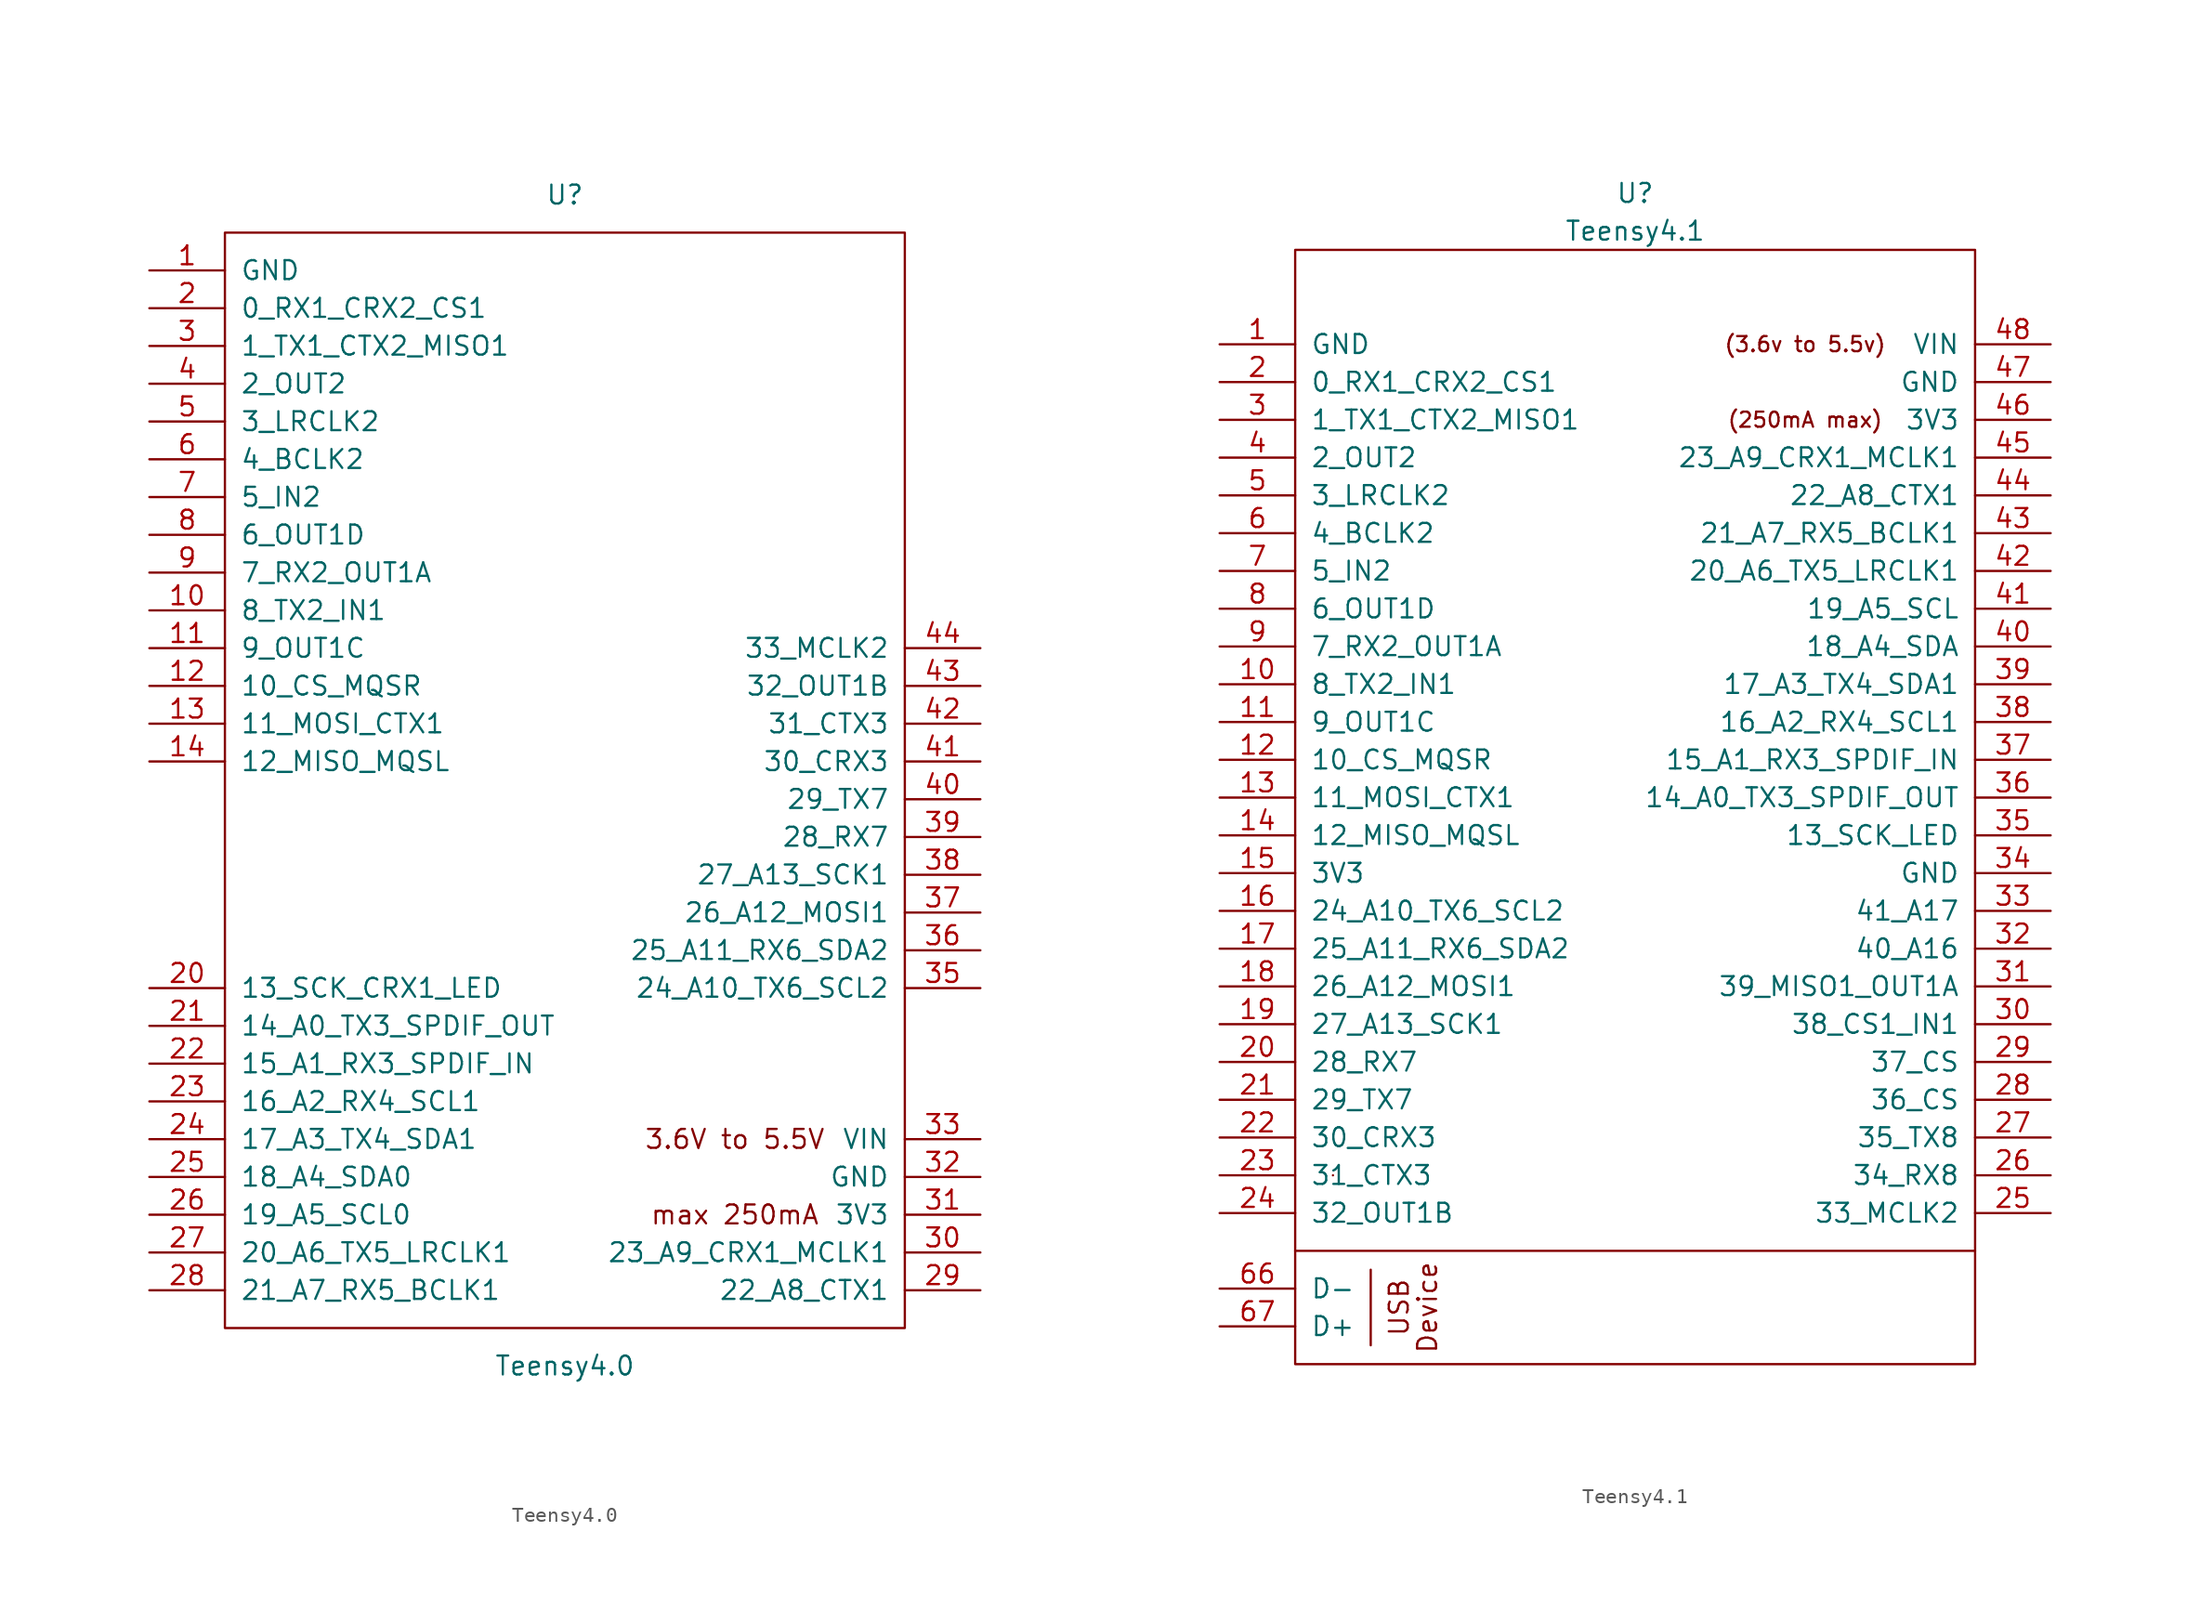
<source format=kicad_sym>
(kicad_symbol_lib
  (version 20211014)
  (generator kicad_symbol_editor)
  (symbol "Teensy4.0"
    (pin_names
      (offset 1.016))
    (property "Reference" "U"
      (at 0 39.37 0)
      (effects (font (size 1.27 1.27))))
    (property "Value" "Teensy4.0"
      (at 0 -39.37 0)
      (effects (font (size 1.27 1.27))))
    (symbol "Teensy4.0_0_0"
      (text "3.6V to 5.5V" (at 11.43 -24.13 0) (effects (font (size 1.27 1.27))))
      (text "max 250mA" (at 11.43 -29.21 0) (effects (font (size 1.27 1.27))))
      (pin bidirectional line (at -27.94 11.43 0) (length 5.08) (name "8_TX2_IN1" (effects (font (size 1.27 1.27)))) (number "10" (effects (font (size 1.27 1.27)))))
      (pin bidirectional line (at -27.94 8.89 0) (length 5.08) (name "9_OUT1C" (effects (font (size 1.27 1.27)))) (number "11" (effects (font (size 1.27 1.27)))))
      (pin bidirectional line (at -27.94 6.35 0) (length 5.08) (name "10_CS_MQSR" (effects (font (size 1.27 1.27)))) (number "12" (effects (font (size 1.27 1.27)))))
      (pin bidirectional line (at -27.94 3.81 0) (length 5.08) (name "11_MOSI_CTX1" (effects (font (size 1.27 1.27)))) (number "13" (effects (font (size 1.27 1.27)))))
      (pin bidirectional line (at -27.94 1.27 0) (length 5.08) (name "12_MISO_MQSL" (effects (font (size 1.27 1.27)))) (number "14" (effects (font (size 1.27 1.27)))))
      (pin bidirectional line (at -27.94 -13.97 0) (length 5.08) (name "13_SCK_CRX1_LED" (effects (font (size 1.27 1.27)))) (number "20" (effects (font (size 1.27 1.27)))))
      (pin bidirectional line (at -27.94 -16.51 0) (length 5.08) (name "14_A0_TX3_SPDIF_OUT" (effects (font (size 1.27 1.27)))) (number "21" (effects (font (size 1.27 1.27)))))
      (pin bidirectional line (at -27.94 -19.05 0) (length 5.08) (name "15_A1_RX3_SPDIF_IN" (effects (font (size 1.27 1.27)))) (number "22" (effects (font (size 1.27 1.27)))))
      (pin bidirectional line (at -27.94 -21.59 0) (length 5.08) (name "16_A2_RX4_SCL1" (effects (font (size 1.27 1.27)))) (number "23" (effects (font (size 1.27 1.27)))))
      (pin bidirectional line (at -27.94 -24.13 0) (length 5.08) (name "17_A3_TX4_SDA1" (effects (font (size 1.27 1.27)))) (number "24" (effects (font (size 1.27 1.27)))))
      (pin bidirectional line (at -27.94 -26.67 0) (length 5.08) (name "18_A4_SDA0" (effects (font (size 1.27 1.27)))) (number "25" (effects (font (size 1.27 1.27)))))
      (pin bidirectional line (at -27.94 -29.21 0) (length 5.08) (name "19_A5_SCL0" (effects (font (size 1.27 1.27)))) (number "26" (effects (font (size 1.27 1.27)))))
      (pin bidirectional line (at -27.94 -31.75 0) (length 5.08) (name "20_A6_TX5_LRCLK1" (effects (font (size 1.27 1.27)))) (number "27" (effects (font (size 1.27 1.27)))))
      (pin bidirectional line (at -27.94 -34.29 0) (length 5.08) (name "21_A7_RX5_BCLK1" (effects (font (size 1.27 1.27)))) (number "28" (effects (font (size 1.27 1.27)))))
      (pin bidirectional line (at 27.94 -34.29 180) (length 5.08) (name "22_A8_CTX1" (effects (font (size 1.27 1.27)))) (number "29" (effects (font (size 1.27 1.27)))))
      (pin bidirectional line (at 27.94 -31.75 180) (length 5.08) (name "23_A9_CRX1_MCLK1" (effects (font (size 1.27 1.27)))) (number "30" (effects (font (size 1.27 1.27)))))
      (pin power_out line (at 27.94 -29.21 180) (length 5.08) (name "3V3" (effects (font (size 1.27 1.27)))) (number "31" (effects (font (size 1.27 1.27)))))
      (pin power_in line (at 27.94 -26.67 180) (length 5.08) (name "GND" (effects (font (size 1.27 1.27)))) (number "32" (effects (font (size 1.27 1.27)))))
      (pin power_in line (at 27.94 -24.13 180) (length 5.08) (name "VIN" (effects (font (size 1.27 1.27)))) (number "33" (effects (font (size 1.27 1.27)))))
      (pin bidirectional line (at 27.94 -13.97 180) (length 5.08) (name "24_A10_TX6_SCL2" (effects (font (size 1.27 1.27)))) (number "35" (effects (font (size 1.27 1.27)))))
      (pin bidirectional line (at 27.94 -11.43 180) (length 5.08) (name "25_A11_RX6_SDA2" (effects (font (size 1.27 1.27)))) (number "36" (effects (font (size 1.27 1.27)))))
      (pin bidirectional line (at 27.94 -8.89 180) (length 5.08) (name "26_A12_MOSI1" (effects (font (size 1.27 1.27)))) (number "37" (effects (font (size 1.27 1.27)))))
      (pin bidirectional line (at 27.94 -6.35 180) (length 5.08) (name "27_A13_SCK1" (effects (font (size 1.27 1.27)))) (number "38" (effects (font (size 1.27 1.27)))))
      (pin bidirectional line (at 27.94 -3.81 180) (length 5.08) (name "28_RX7" (effects (font (size 1.27 1.27)))) (number "39" (effects (font (size 1.27 1.27)))))
      (pin bidirectional line (at 27.94 -1.27 180) (length 5.08) (name "29_TX7" (effects (font (size 1.27 1.27)))) (number "40" (effects (font (size 1.27 1.27)))))
      (pin bidirectional line (at 27.94 1.27 180) (length 5.08) (name "30_CRX3" (effects (font (size 1.27 1.27)))) (number "41" (effects (font (size 1.27 1.27)))))
      (pin bidirectional line (at 27.94 3.81 180) (length 5.08) (name "31_CTX3" (effects (font (size 1.27 1.27)))) (number "42" (effects (font (size 1.27 1.27)))))
      (pin bidirectional line (at 27.94 6.35 180) (length 5.08) (name "32_OUT1B" (effects (font (size 1.27 1.27)))) (number "43" (effects (font (size 1.27 1.27)))))
      (pin bidirectional line (at 27.94 8.89 180) (length 5.08) (name "33_MCLK2" (effects (font (size 1.27 1.27)))) (number "44" (effects (font (size 1.27 1.27)))))
      (pin bidirectional line (at -27.94 24.13 0) (length 5.08) (name "3_LRCLK2" (effects (font (size 1.27 1.27)))) (number "5" (effects (font (size 1.27 1.27)))))
      (pin bidirectional line (at -27.94 21.59 0) (length 5.08) (name "4_BCLK2" (effects (font (size 1.27 1.27)))) (number "6" (effects (font (size 1.27 1.27)))))
      (pin bidirectional line (at -27.94 19.05 0) (length 5.08) (name "5_IN2" (effects (font (size 1.27 1.27)))) (number "7" (effects (font (size 1.27 1.27)))))
      (pin bidirectional line (at -27.94 16.51 0) (length 5.08) (name "6_OUT1D" (effects (font (size 1.27 1.27)))) (number "8" (effects (font (size 1.27 1.27)))))
      (pin bidirectional line (at -27.94 13.97 0) (length 5.08) (name "7_RX2_OUT1A" (effects (font (size 1.27 1.27)))) (number "9" (effects (font (size 1.27 1.27))))))
    (symbol "Teensy4.0_0_1"
      (rectangle (start -22.86 36.83) (end 22.86 -36.83) (stroke (width 0) (type default) (color 0 0 0 0)) (fill (type none)))
      (rectangle (start -20.32 -31.75) (end -20.32 -31.75) (stroke (width 0) (type default) (color 0 0 0 0)) (fill (type none))))
    (symbol "Teensy4.0_1_1"
      (pin power_in line (at -27.94 34.29 0) (length 5.08) (name "GND" (effects (font (size 1.27 1.27)))) (number "1" (effects (font (size 1.27 1.27)))))
      (pin bidirectional line (at -27.94 31.75 0) (length 5.08) (name "0_RX1_CRX2_CS1" (effects (font (size 1.27 1.27)))) (number "2" (effects (font (size 1.27 1.27)))))
      (pin bidirectional line (at -27.94 29.21 0) (length 5.08) (name "1_TX1_CTX2_MISO1" (effects (font (size 1.27 1.27)))) (number "3" (effects (font (size 1.27 1.27)))))
      (pin bidirectional line (at -27.94 26.67 0) (length 5.08) (name "2_OUT2" (effects (font (size 1.27 1.27)))) (number "4" (effects (font (size 1.27 1.27)))))))
  (symbol "Teensy4.1"
    (pin_names
      (offset 1.016))
    (property "Reference" "U"
      (at 0 64.77 0)
      (effects (font (size 1.27 1.27))))
    (property "Value" "Teensy4.1"
      (at 0 62.23 0)
      (effects (font (size 1.27 1.27))))
    (symbol "Teensy4.1_0_0"
      (polyline (pts (xy -22.86 -6.35) (xy 22.86 -6.35)) (stroke (width 0) (type default) (color 0 0 0 0)) (fill (type none)))
      (polyline (pts (xy -17.78 -7.62) (xy -17.78 -12.7)) (stroke (width 0) (type default) (color 0 0 0 0)) (fill (type none)))
      (text "(250mA max)" (at 11.43 49.53 0) (effects (font (size 1.016 1.016))))
      (text "(3.6v to 5.5v)" (at 11.43 54.61 0) (effects (font (size 1.016 1.016))))
      (text "Device" (at -13.97 -10.16 900) (effects (font (size 1.27 1.27))))
      (text "USB" (at -15.875 -10.16 900) (effects (font (size 1.27 1.27))))
      (pin bidirectional line (at -27.94 31.75 0) (length 5.08) (name "8_TX2_IN1" (effects (font (size 1.27 1.27)))) (number "10" (effects (font (size 1.27 1.27)))))
      (pin bidirectional line (at -27.94 29.21 0) (length 5.08) (name "9_OUT1C" (effects (font (size 1.27 1.27)))) (number "11" (effects (font (size 1.27 1.27)))))
      (pin bidirectional line (at -27.94 26.67 0) (length 5.08) (name "10_CS_MQSR" (effects (font (size 1.27 1.27)))) (number "12" (effects (font (size 1.27 1.27)))))
      (pin bidirectional line (at -27.94 24.13 0) (length 5.08) (name "11_MOSI_CTX1" (effects (font (size 1.27 1.27)))) (number "13" (effects (font (size 1.27 1.27)))))
      (pin bidirectional line (at -27.94 21.59 0) (length 5.08) (name "12_MISO_MQSL" (effects (font (size 1.27 1.27)))) (number "14" (effects (font (size 1.27 1.27)))))
      (pin power_in line (at -27.94 19.05 0) (length 5.08) (name "3V3" (effects (font (size 1.27 1.27)))) (number "15" (effects (font (size 1.27 1.27)))))
      (pin bidirectional line (at -27.94 16.51 0) (length 5.08) (name "24_A10_TX6_SCL2" (effects (font (size 1.27 1.27)))) (number "16" (effects (font (size 1.27 1.27)))))
      (pin bidirectional line (at -27.94 13.97 0) (length 5.08) (name "25_A11_RX6_SDA2" (effects (font (size 1.27 1.27)))) (number "17" (effects (font (size 1.27 1.27)))))
      (pin bidirectional line (at -27.94 11.43 0) (length 5.08) (name "26_A12_MOSI1" (effects (font (size 1.27 1.27)))) (number "18" (effects (font (size 1.27 1.27)))))
      (pin bidirectional line (at -27.94 8.89 0) (length 5.08) (name "27_A13_SCK1" (effects (font (size 1.27 1.27)))) (number "19" (effects (font (size 1.27 1.27)))))
      (pin bidirectional line (at -27.94 6.35 0) (length 5.08) (name "28_RX7" (effects (font (size 1.27 1.27)))) (number "20" (effects (font (size 1.27 1.27)))))
      (pin bidirectional line (at -27.94 3.81 0) (length 5.08) (name "29_TX7" (effects (font (size 1.27 1.27)))) (number "21" (effects (font (size 1.27 1.27)))))
      (pin bidirectional line (at -27.94 1.27 0) (length 5.08) (name "30_CRX3" (effects (font (size 1.27 1.27)))) (number "22" (effects (font (size 1.27 1.27)))))
      (pin bidirectional line (at -27.94 -1.27 0) (length 5.08) (name "31_CTX3" (effects (font (size 1.27 1.27)))) (number "23" (effects (font (size 1.27 1.27)))))
      (pin bidirectional line (at -27.94 -3.81 0) (length 5.08) (name "32_OUT1B" (effects (font (size 1.27 1.27)))) (number "24" (effects (font (size 1.27 1.27)))))
      (pin bidirectional line (at 27.94 -3.81 180) (length 5.08) (name "33_MCLK2" (effects (font (size 1.27 1.27)))) (number "25" (effects (font (size 1.27 1.27)))))
      (pin bidirectional line (at 27.94 -1.27 180) (length 5.08) (name "34_RX8" (effects (font (size 1.27 1.27)))) (number "26" (effects (font (size 1.27 1.27)))))
      (pin bidirectional line (at 27.94 1.27 180) (length 5.08) (name "35_TX8" (effects (font (size 1.27 1.27)))) (number "27" (effects (font (size 1.27 1.27)))))
      (pin bidirectional line (at 27.94 3.81 180) (length 5.08) (name "36_CS" (effects (font (size 1.27 1.27)))) (number "28" (effects (font (size 1.27 1.27)))))
      (pin bidirectional line (at 27.94 6.35 180) (length 5.08) (name "37_CS" (effects (font (size 1.27 1.27)))) (number "29" (effects (font (size 1.27 1.27)))))
      (pin bidirectional line (at 27.94 8.89 180) (length 5.08) (name "38_CS1_IN1" (effects (font (size 1.27 1.27)))) (number "30" (effects (font (size 1.27 1.27)))))
      (pin bidirectional line (at 27.94 11.43 180) (length 5.08) (name "39_MISO1_OUT1A" (effects (font (size 1.27 1.27)))) (number "31" (effects (font (size 1.27 1.27)))))
      (pin bidirectional line (at 27.94 13.97 180) (length 5.08) (name "40_A16" (effects (font (size 1.27 1.27)))) (number "32" (effects (font (size 1.27 1.27)))))
      (pin bidirectional line (at 27.94 16.51 180) (length 5.08) (name "41_A17" (effects (font (size 1.27 1.27)))) (number "33" (effects (font (size 1.27 1.27)))))
      (pin bidirectional line (at 27.94 21.59 180) (length 5.08) (name "13_SCK_LED" (effects (font (size 1.27 1.27)))) (number "35" (effects (font (size 1.27 1.27)))))
      (pin bidirectional line (at 27.94 24.13 180) (length 5.08) (name "14_A0_TX3_SPDIF_OUT" (effects (font (size 1.27 1.27)))) (number "36" (effects (font (size 1.27 1.27)))))
      (pin bidirectional line (at 27.94 26.67 180) (length 5.08) (name "15_A1_RX3_SPDIF_IN" (effects (font (size 1.27 1.27)))) (number "37" (effects (font (size 1.27 1.27)))))
      (pin bidirectional line (at 27.94 29.21 180) (length 5.08) (name "16_A2_RX4_SCL1" (effects (font (size 1.27 1.27)))) (number "38" (effects (font (size 1.27 1.27)))))
      (pin bidirectional line (at 27.94 31.75 180) (length 5.08) (name "17_A3_TX4_SDA1" (effects (font (size 1.27 1.27)))) (number "39" (effects (font (size 1.27 1.27)))))
      (pin bidirectional line (at 27.94 34.29 180) (length 5.08) (name "18_A4_SDA" (effects (font (size 1.27 1.27)))) (number "40" (effects (font (size 1.27 1.27)))))
      (pin bidirectional line (at 27.94 36.83 180) (length 5.08) (name "19_A5_SCL" (effects (font (size 1.27 1.27)))) (number "41" (effects (font (size 1.27 1.27)))))
      (pin bidirectional line (at 27.94 39.37 180) (length 5.08) (name "20_A6_TX5_LRCLK1" (effects (font (size 1.27 1.27)))) (number "42" (effects (font (size 1.27 1.27)))))
      (pin bidirectional line (at 27.94 41.91 180) (length 5.08) (name "21_A7_RX5_BCLK1" (effects (font (size 1.27 1.27)))) (number "43" (effects (font (size 1.27 1.27)))))
      (pin bidirectional line (at 27.94 44.45 180) (length 5.08) (name "22_A8_CTX1" (effects (font (size 1.27 1.27)))) (number "44" (effects (font (size 1.27 1.27)))))
      (pin bidirectional line (at 27.94 46.99 180) (length 5.08) (name "23_A9_CRX1_MCLK1" (effects (font (size 1.27 1.27)))) (number "45" (effects (font (size 1.27 1.27)))))
      (pin output line (at 27.94 49.53 180) (length 5.08) (name "3V3" (effects (font (size 1.27 1.27)))) (number "46" (effects (font (size 1.27 1.27)))))
      (pin output line (at 27.94 52.07 180) (length 5.08) (name "GND" (effects (font (size 1.27 1.27)))) (number "47" (effects (font (size 1.27 1.27)))))
      (pin power_in line (at 27.94 54.61 180) (length 5.08) (name "VIN" (effects (font (size 1.27 1.27)))) (number "48" (effects (font (size 1.27 1.27)))))
      (pin bidirectional line (at -27.94 44.45 0) (length 5.08) (name "3_LRCLK2" (effects (font (size 1.27 1.27)))) (number "5" (effects (font (size 1.27 1.27)))))
      (pin bidirectional line (at -27.94 41.91 0) (length 5.08) (name "4_BCLK2" (effects (font (size 1.27 1.27)))) (number "6" (effects (font (size 1.27 1.27)))))
      (pin bidirectional line (at -27.94 -8.89 0) (length 5.08) (name "D-" (effects (font (size 1.27 1.27)))) (number "66" (effects (font (size 1.27 1.27)))))
      (pin bidirectional line (at -27.94 -11.43 0) (length 5.08) (name "D+" (effects (font (size 1.27 1.27)))) (number "67" (effects (font (size 1.27 1.27)))))
      (pin bidirectional line (at -27.94 39.37 0) (length 5.08) (name "5_IN2" (effects (font (size 1.27 1.27)))) (number "7" (effects (font (size 1.27 1.27)))))
      (pin bidirectional line (at -27.94 36.83 0) (length 5.08) (name "6_OUT1D" (effects (font (size 1.27 1.27)))) (number "8" (effects (font (size 1.27 1.27)))))
      (pin bidirectional line (at -27.94 34.29 0) (length 5.08) (name "7_RX2_OUT1A" (effects (font (size 1.27 1.27)))) (number "9" (effects (font (size 1.27 1.27))))))
    (symbol "Teensy4.1_0_1"
      (rectangle (start -22.86 60.96) (end 22.86 -13.97) (stroke (width 0) (type default) (color 0 0 0 0)) (fill (type none)))
      (rectangle (start -20.32 -1.27) (end -20.32 -1.27) (stroke (width 0) (type default) (color 0 0 0 0)) (fill (type none))))
    (symbol "Teensy4.1_1_1"
      (pin power_in line (at -27.94 54.61 0) (length 5.08) (name "GND" (effects (font (size 1.27 1.27)))) (number "1" (effects (font (size 1.27 1.27)))))
      (pin bidirectional line (at -27.94 52.07 0) (length 5.08) (name "0_RX1_CRX2_CS1" (effects (font (size 1.27 1.27)))) (number "2" (effects (font (size 1.27 1.27)))))
      (pin bidirectional line (at -27.94 49.53 0) (length 5.08) (name "1_TX1_CTX2_MISO1" (effects (font (size 1.27 1.27)))) (number "3" (effects (font (size 1.27 1.27)))))
      (pin power_in line (at 27.94 19.05 180) (length 5.08) (name "GND" (effects (font (size 1.27 1.27)))) (number "34" (effects (font (size 1.27 1.27)))))
      (pin bidirectional line (at -27.94 46.99 0) (length 5.08) (name "2_OUT2" (effects (font (size 1.27 1.27)))) (number "4" (effects (font (size 1.27 1.27))))))))
</source>
